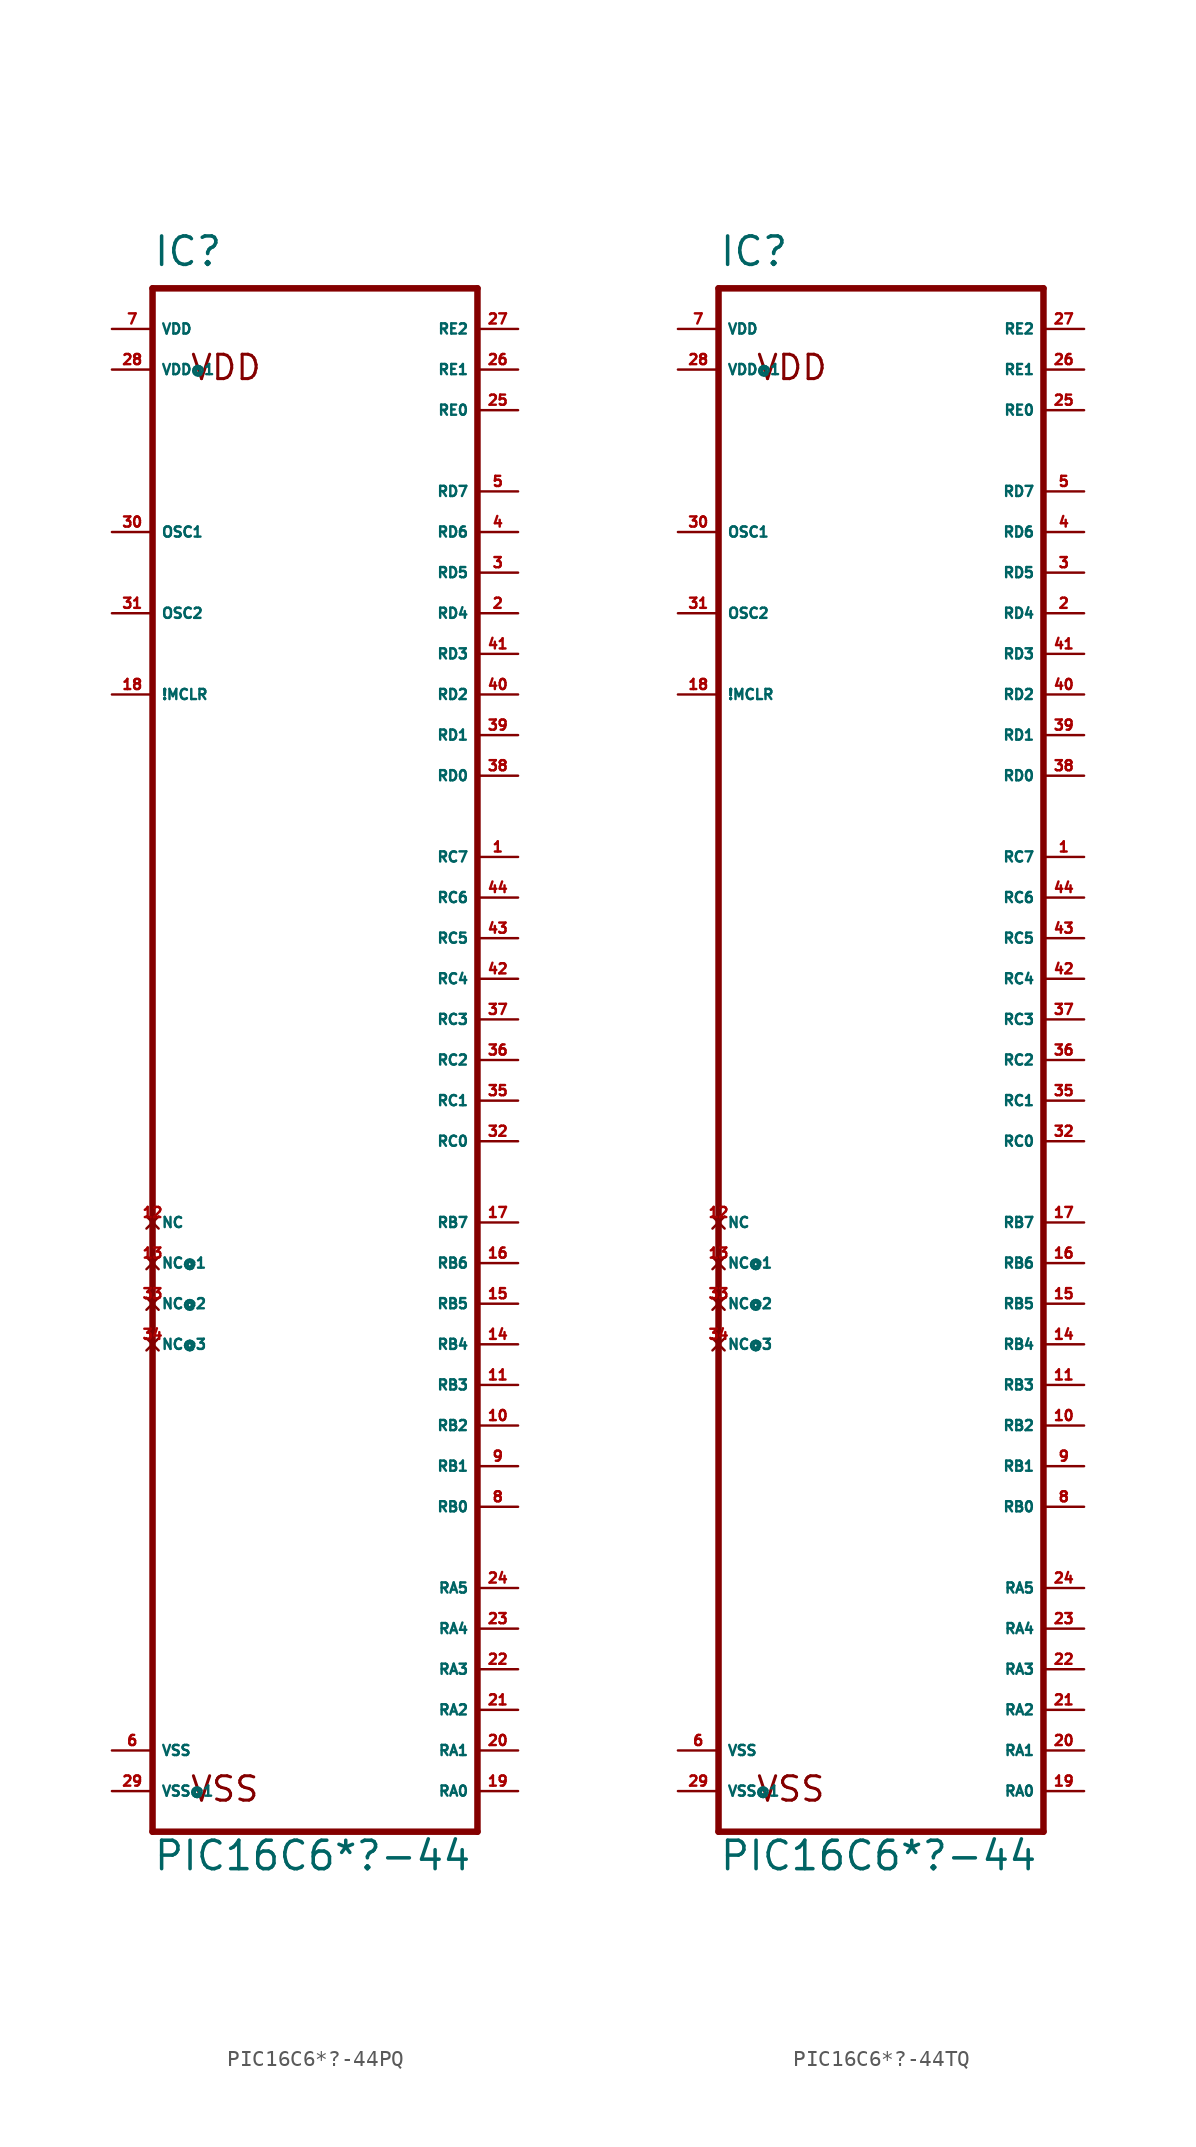
<source format=kicad_sym>
(kicad_symbol_lib
  (version 20220914)
  (generator Eagle2Kicad)
  (symbol "PIC16C6*?-44PQ"
    (property "Reference" "IC"
      (at -10.16 44.45 0)
      (effects (font (size 1.778 1.778) (thickness 0.22)) (justify left bottom)))
    (property "Value" "PIC16C6*?-44"
      (at -10.16 -55.88 0)
      (effects (font (size 1.778 1.778) (thickness 0.22)) (justify left bottom)))
    (polyline
      (pts (xy -10.16 -53.34) (xy 10.16 -53.34))
      (stroke (width 0.406) (type default))
      (fill (type none)))
    (polyline
      (pts (xy 10.16 -53.34) (xy 10.16 43.18))
      (stroke (width 0.406) (type default))
      (fill (type none)))
    (polyline
      (pts (xy 10.16 43.18) (xy -10.16 43.18))
      (stroke (width 0.406) (type default))
      (fill (type none)))
    (polyline
      (pts (xy -10.16 43.18) (xy -10.16 -53.34))
      (stroke (width 0.406) (type default))
      (fill (type none)))
    (text "VDD"
      (at -7.874 37.338 0)
      (effects (font (size 1.524 1.524) (thickness 0.19)) (justify left bottom)))
    (text "VSS"
      (at -7.874 -51.562 0)
      (effects (font (size 1.524 1.524) (thickness 0.19)) (justify left bottom)))
    (pin input line
      (at -12.7 17.78 0)
      (length 2.54)
      (name "!MCLR" (effects (font (size 0.635 0.635) (thickness 0.08)) (justify left bottom)))
      (number "18" (effects (font (size 0.635 0.635) (thickness 0.08)) (justify left bottom))))
    (pin input line
      (at -12.7 27.94 0)
      (length 2.54)
      (name "OSC1" (effects (font (size 0.635 0.635) (thickness 0.08)) (justify left bottom)))
      (number "30" (effects (font (size 0.635 0.635) (thickness 0.08)) (justify left bottom))))
    (pin bidirectional line
      (at 12.7 -50.8 180)
      (length 2.54)
      (name "RA0" (effects (font (size 0.635 0.635) (thickness 0.08)) (justify left bottom)))
      (number "19" (effects (font (size 0.635 0.635) (thickness 0.08)) (justify left bottom))))
    (pin bidirectional line
      (at 12.7 -48.26 180)
      (length 2.54)
      (name "RA1" (effects (font (size 0.635 0.635) (thickness 0.08)) (justify left bottom)))
      (number "20" (effects (font (size 0.635 0.635) (thickness 0.08)) (justify left bottom))))
    (pin bidirectional line
      (at 12.7 -45.72 180)
      (length 2.54)
      (name "RA2" (effects (font (size 0.635 0.635) (thickness 0.08)) (justify left bottom)))
      (number "21" (effects (font (size 0.635 0.635) (thickness 0.08)) (justify left bottom))))
    (pin bidirectional line
      (at 12.7 -43.18 180)
      (length 2.54)
      (name "RA3" (effects (font (size 0.635 0.635) (thickness 0.08)) (justify left bottom)))
      (number "22" (effects (font (size 0.635 0.635) (thickness 0.08)) (justify left bottom))))
    (pin bidirectional line
      (at 12.7 -30.48 180)
      (length 2.54)
      (name "RB1" (effects (font (size 0.635 0.635) (thickness 0.08)) (justify left bottom)))
      (number "9" (effects (font (size 0.635 0.635) (thickness 0.08)) (justify left bottom))))
    (pin bidirectional line
      (at 12.7 -27.94 180)
      (length 2.54)
      (name "RB2" (effects (font (size 0.635 0.635) (thickness 0.08)) (justify left bottom)))
      (number "10" (effects (font (size 0.635 0.635) (thickness 0.08)) (justify left bottom))))
    (pin bidirectional line
      (at 12.7 -25.4 180)
      (length 2.54)
      (name "RB3" (effects (font (size 0.635 0.635) (thickness 0.08)) (justify left bottom)))
      (number "11" (effects (font (size 0.635 0.635) (thickness 0.08)) (justify left bottom))))
    (pin bidirectional line
      (at 12.7 -38.1 180)
      (length 2.54)
      (name "RA5" (effects (font (size 0.635 0.635) (thickness 0.08)) (justify left bottom)))
      (number "24" (effects (font (size 0.635 0.635) (thickness 0.08)) (justify left bottom))))
    (pin bidirectional line
      (at 12.7 -22.86 180)
      (length 2.54)
      (name "RB4" (effects (font (size 0.635 0.635) (thickness 0.08)) (justify left bottom)))
      (number "14" (effects (font (size 0.635 0.635) (thickness 0.08)) (justify left bottom))))
    (pin bidirectional line
      (at 12.7 -20.32 180)
      (length 2.54)
      (name "RB5" (effects (font (size 0.635 0.635) (thickness 0.08)) (justify left bottom)))
      (number "15" (effects (font (size 0.635 0.635) (thickness 0.08)) (justify left bottom))))
    (pin bidirectional line
      (at 12.7 -17.78 180)
      (length 2.54)
      (name "RB6" (effects (font (size 0.635 0.635) (thickness 0.08)) (justify left bottom)))
      (number "16" (effects (font (size 0.635 0.635) (thickness 0.08)) (justify left bottom))))
    (pin bidirectional line
      (at 12.7 -15.24 180)
      (length 2.54)
      (name "RB7" (effects (font (size 0.635 0.635) (thickness 0.08)) (justify left bottom)))
      (number "17" (effects (font (size 0.635 0.635) (thickness 0.08)) (justify left bottom))))
    (pin bidirectional line
      (at 12.7 -10.16 180)
      (length 2.54)
      (name "RC0" (effects (font (size 0.635 0.635) (thickness 0.08)) (justify left bottom)))
      (number "32" (effects (font (size 0.635 0.635) (thickness 0.08)) (justify left bottom))))
    (pin bidirectional line
      (at 12.7 -7.62 180)
      (length 2.54)
      (name "RC1" (effects (font (size 0.635 0.635) (thickness 0.08)) (justify left bottom)))
      (number "35" (effects (font (size 0.635 0.635) (thickness 0.08)) (justify left bottom))))
    (pin bidirectional line
      (at 12.7 -5.08 180)
      (length 2.54)
      (name "RC2" (effects (font (size 0.635 0.635) (thickness 0.08)) (justify left bottom)))
      (number "36" (effects (font (size 0.635 0.635) (thickness 0.08)) (justify left bottom))))
    (pin bidirectional line
      (at 12.7 -2.54 180)
      (length 2.54)
      (name "RC3" (effects (font (size 0.635 0.635) (thickness 0.08)) (justify left bottom)))
      (number "37" (effects (font (size 0.635 0.635) (thickness 0.08)) (justify left bottom))))
    (pin bidirectional line
      (at 12.7 12.7 180)
      (length 2.54)
      (name "RD0" (effects (font (size 0.635 0.635) (thickness 0.08)) (justify left bottom)))
      (number "38" (effects (font (size 0.635 0.635) (thickness 0.08)) (justify left bottom))))
    (pin bidirectional line
      (at 12.7 15.24 180)
      (length 2.54)
      (name "RD1" (effects (font (size 0.635 0.635) (thickness 0.08)) (justify left bottom)))
      (number "39" (effects (font (size 0.635 0.635) (thickness 0.08)) (justify left bottom))))
    (pin bidirectional line
      (at 12.7 17.78 180)
      (length 2.54)
      (name "RD2" (effects (font (size 0.635 0.635) (thickness 0.08)) (justify left bottom)))
      (number "40" (effects (font (size 0.635 0.635) (thickness 0.08)) (justify left bottom))))
    (pin bidirectional line
      (at 12.7 20.32 180)
      (length 2.54)
      (name "RD3" (effects (font (size 0.635 0.635) (thickness 0.08)) (justify left bottom)))
      (number "41" (effects (font (size 0.635 0.635) (thickness 0.08)) (justify left bottom))))
    (pin bidirectional line
      (at 12.7 22.86 180)
      (length 2.54)
      (name "RD4" (effects (font (size 0.635 0.635) (thickness 0.08)) (justify left bottom)))
      (number "2" (effects (font (size 0.635 0.635) (thickness 0.08)) (justify left bottom))))
    (pin bidirectional line
      (at 12.7 25.4 180)
      (length 2.54)
      (name "RD5" (effects (font (size 0.635 0.635) (thickness 0.08)) (justify left bottom)))
      (number "3" (effects (font (size 0.635 0.635) (thickness 0.08)) (justify left bottom))))
    (pin bidirectional line
      (at 12.7 27.94 180)
      (length 2.54)
      (name "RD6" (effects (font (size 0.635 0.635) (thickness 0.08)) (justify left bottom)))
      (number "4" (effects (font (size 0.635 0.635) (thickness 0.08)) (justify left bottom))))
    (pin bidirectional line
      (at 12.7 30.48 180)
      (length 2.54)
      (name "RD7" (effects (font (size 0.635 0.635) (thickness 0.08)) (justify left bottom)))
      (number "5" (effects (font (size 0.635 0.635) (thickness 0.08)) (justify left bottom))))
    (pin bidirectional line
      (at 12.7 35.56 180)
      (length 2.54)
      (name "RE0" (effects (font (size 0.635 0.635) (thickness 0.08)) (justify left bottom)))
      (number "25" (effects (font (size 0.635 0.635) (thickness 0.08)) (justify left bottom))))
    (pin bidirectional line
      (at 12.7 38.1 180)
      (length 2.54)
      (name "RE1" (effects (font (size 0.635 0.635) (thickness 0.08)) (justify left bottom)))
      (number "26" (effects (font (size 0.635 0.635) (thickness 0.08)) (justify left bottom))))
    (pin bidirectional line
      (at 12.7 40.64 180)
      (length 2.54)
      (name "RE2" (effects (font (size 0.635 0.635) (thickness 0.08)) (justify left bottom)))
      (number "27" (effects (font (size 0.635 0.635) (thickness 0.08)) (justify left bottom))))
    (pin no_connect line
      (at -10.16 -15.24 0)
      (length 0)
      (name "NC" (effects (font (size 0.635 0.635) (thickness 0.08)) (justify left bottom) hide))
      (number "12" (effects (font (size 0.635 0.635) (thickness 0.08)) (justify left bottom) hide)))
    (pin no_connect line
      (at -10.16 -17.78 0)
      (length 0)
      (name "NC@1" (effects (font (size 0.635 0.635) (thickness 0.08)) (justify left bottom) hide))
      (number "13" (effects (font (size 0.635 0.635) (thickness 0.08)) (justify left bottom) hide)))
    (pin no_connect line
      (at -10.16 -20.32 0)
      (length 0)
      (name "NC@2" (effects (font (size 0.635 0.635) (thickness 0.08)) (justify left bottom) hide))
      (number "33" (effects (font (size 0.635 0.635) (thickness 0.08)) (justify left bottom) hide)))
    (pin no_connect line
      (at -10.16 -22.86 0)
      (length 0)
      (name "NC@3" (effects (font (size 0.635 0.635) (thickness 0.08)) (justify left bottom) hide))
      (number "34" (effects (font (size 0.635 0.635) (thickness 0.08)) (justify left bottom) hide)))
    (pin unspecified line
      (at -12.7 40.64 0)
      (length 2.54)
      (name "VDD" (effects (font (size 0.635 0.635) (thickness 0.08)) (justify left bottom)))
      (number "7" (effects (font (size 0.635 0.635) (thickness 0.08)) (justify left bottom))))
    (pin unspecified line
      (at -12.7 38.1 0)
      (length 2.54)
      (name "VDD@1" (effects (font (size 0.635 0.635) (thickness 0.08)) (justify left bottom)))
      (number "28" (effects (font (size 0.635 0.635) (thickness 0.08)) (justify left bottom))))
    (pin unspecified line
      (at -12.7 -48.26 0)
      (length 2.54)
      (name "VSS" (effects (font (size 0.635 0.635) (thickness 0.08)) (justify left bottom)))
      (number "6" (effects (font (size 0.635 0.635) (thickness 0.08)) (justify left bottom))))
    (pin unspecified line
      (at -12.7 -50.8 0)
      (length 2.54)
      (name "VSS@1" (effects (font (size 0.635 0.635) (thickness 0.08)) (justify left bottom)))
      (number "29" (effects (font (size 0.635 0.635) (thickness 0.08)) (justify left bottom))))
    (pin bidirectional line
      (at 12.7 0 180)
      (length 2.54)
      (name "RC4" (effects (font (size 0.635 0.635) (thickness 0.08)) (justify left bottom)))
      (number "42" (effects (font (size 0.635 0.635) (thickness 0.08)) (justify left bottom))))
    (pin bidirectional line
      (at 12.7 2.54 180)
      (length 2.54)
      (name "RC5" (effects (font (size 0.635 0.635) (thickness 0.08)) (justify left bottom)))
      (number "43" (effects (font (size 0.635 0.635) (thickness 0.08)) (justify left bottom))))
    (pin bidirectional line
      (at 12.7 5.08 180)
      (length 2.54)
      (name "RC6" (effects (font (size 0.635 0.635) (thickness 0.08)) (justify left bottom)))
      (number "44" (effects (font (size 0.635 0.635) (thickness 0.08)) (justify left bottom))))
    (pin bidirectional line
      (at 12.7 7.62 180)
      (length 2.54)
      (name "RC7" (effects (font (size 0.635 0.635) (thickness 0.08)) (justify left bottom)))
      (number "1" (effects (font (size 0.635 0.635) (thickness 0.08)) (justify left bottom))))
    (pin output line
      (at -12.7 22.86 0)
      (length 2.54)
      (name "OSC2" (effects (font (size 0.635 0.635) (thickness 0.08)) (justify left bottom)))
      (number "31" (effects (font (size 0.635 0.635) (thickness 0.08)) (justify left bottom))))
    (pin bidirectional line
      (at 12.7 -33.02 180)
      (length 2.54)
      (name "RB0" (effects (font (size 0.635 0.635) (thickness 0.08)) (justify left bottom)))
      (number "8" (effects (font (size 0.635 0.635) (thickness 0.08)) (justify left bottom))))
    (pin bidirectional line
      (at 12.7 -40.64 180)
      (length 2.54)
      (name "RA4" (effects (font (size 0.635 0.635) (thickness 0.08)) (justify left bottom)))
      (number "23" (effects (font (size 0.635 0.635) (thickness 0.08)) (justify left bottom)))))
  (symbol "PIC16C6*?-44TQ"
    (property "Reference" "IC"
      (at -10.16 44.45 0)
      (effects (font (size 1.778 1.778) (thickness 0.22)) (justify left bottom)))
    (property "Value" "PIC16C6*?-44"
      (at -10.16 -55.88 0)
      (effects (font (size 1.778 1.778) (thickness 0.22)) (justify left bottom)))
    (polyline
      (pts (xy -10.16 -53.34) (xy 10.16 -53.34))
      (stroke (width 0.406) (type default))
      (fill (type none)))
    (polyline
      (pts (xy 10.16 -53.34) (xy 10.16 43.18))
      (stroke (width 0.406) (type default))
      (fill (type none)))
    (polyline
      (pts (xy 10.16 43.18) (xy -10.16 43.18))
      (stroke (width 0.406) (type default))
      (fill (type none)))
    (polyline
      (pts (xy -10.16 43.18) (xy -10.16 -53.34))
      (stroke (width 0.406) (type default))
      (fill (type none)))
    (text "VDD"
      (at -7.874 37.338 0)
      (effects (font (size 1.524 1.524) (thickness 0.19)) (justify left bottom)))
    (text "VSS"
      (at -7.874 -51.562 0)
      (effects (font (size 1.524 1.524) (thickness 0.19)) (justify left bottom)))
    (pin input line
      (at -12.7 17.78 0)
      (length 2.54)
      (name "!MCLR" (effects (font (size 0.635 0.635) (thickness 0.08)) (justify left bottom)))
      (number "18" (effects (font (size 0.635 0.635) (thickness 0.08)) (justify left bottom))))
    (pin input line
      (at -12.7 27.94 0)
      (length 2.54)
      (name "OSC1" (effects (font (size 0.635 0.635) (thickness 0.08)) (justify left bottom)))
      (number "30" (effects (font (size 0.635 0.635) (thickness 0.08)) (justify left bottom))))
    (pin bidirectional line
      (at 12.7 -50.8 180)
      (length 2.54)
      (name "RA0" (effects (font (size 0.635 0.635) (thickness 0.08)) (justify left bottom)))
      (number "19" (effects (font (size 0.635 0.635) (thickness 0.08)) (justify left bottom))))
    (pin bidirectional line
      (at 12.7 -48.26 180)
      (length 2.54)
      (name "RA1" (effects (font (size 0.635 0.635) (thickness 0.08)) (justify left bottom)))
      (number "20" (effects (font (size 0.635 0.635) (thickness 0.08)) (justify left bottom))))
    (pin bidirectional line
      (at 12.7 -45.72 180)
      (length 2.54)
      (name "RA2" (effects (font (size 0.635 0.635) (thickness 0.08)) (justify left bottom)))
      (number "21" (effects (font (size 0.635 0.635) (thickness 0.08)) (justify left bottom))))
    (pin bidirectional line
      (at 12.7 -43.18 180)
      (length 2.54)
      (name "RA3" (effects (font (size 0.635 0.635) (thickness 0.08)) (justify left bottom)))
      (number "22" (effects (font (size 0.635 0.635) (thickness 0.08)) (justify left bottom))))
    (pin bidirectional line
      (at 12.7 -30.48 180)
      (length 2.54)
      (name "RB1" (effects (font (size 0.635 0.635) (thickness 0.08)) (justify left bottom)))
      (number "9" (effects (font (size 0.635 0.635) (thickness 0.08)) (justify left bottom))))
    (pin bidirectional line
      (at 12.7 -27.94 180)
      (length 2.54)
      (name "RB2" (effects (font (size 0.635 0.635) (thickness 0.08)) (justify left bottom)))
      (number "10" (effects (font (size 0.635 0.635) (thickness 0.08)) (justify left bottom))))
    (pin bidirectional line
      (at 12.7 -25.4 180)
      (length 2.54)
      (name "RB3" (effects (font (size 0.635 0.635) (thickness 0.08)) (justify left bottom)))
      (number "11" (effects (font (size 0.635 0.635) (thickness 0.08)) (justify left bottom))))
    (pin bidirectional line
      (at 12.7 -38.1 180)
      (length 2.54)
      (name "RA5" (effects (font (size 0.635 0.635) (thickness 0.08)) (justify left bottom)))
      (number "24" (effects (font (size 0.635 0.635) (thickness 0.08)) (justify left bottom))))
    (pin bidirectional line
      (at 12.7 -22.86 180)
      (length 2.54)
      (name "RB4" (effects (font (size 0.635 0.635) (thickness 0.08)) (justify left bottom)))
      (number "14" (effects (font (size 0.635 0.635) (thickness 0.08)) (justify left bottom))))
    (pin bidirectional line
      (at 12.7 -20.32 180)
      (length 2.54)
      (name "RB5" (effects (font (size 0.635 0.635) (thickness 0.08)) (justify left bottom)))
      (number "15" (effects (font (size 0.635 0.635) (thickness 0.08)) (justify left bottom))))
    (pin bidirectional line
      (at 12.7 -17.78 180)
      (length 2.54)
      (name "RB6" (effects (font (size 0.635 0.635) (thickness 0.08)) (justify left bottom)))
      (number "16" (effects (font (size 0.635 0.635) (thickness 0.08)) (justify left bottom))))
    (pin bidirectional line
      (at 12.7 -15.24 180)
      (length 2.54)
      (name "RB7" (effects (font (size 0.635 0.635) (thickness 0.08)) (justify left bottom)))
      (number "17" (effects (font (size 0.635 0.635) (thickness 0.08)) (justify left bottom))))
    (pin bidirectional line
      (at 12.7 -10.16 180)
      (length 2.54)
      (name "RC0" (effects (font (size 0.635 0.635) (thickness 0.08)) (justify left bottom)))
      (number "32" (effects (font (size 0.635 0.635) (thickness 0.08)) (justify left bottom))))
    (pin bidirectional line
      (at 12.7 -7.62 180)
      (length 2.54)
      (name "RC1" (effects (font (size 0.635 0.635) (thickness 0.08)) (justify left bottom)))
      (number "35" (effects (font (size 0.635 0.635) (thickness 0.08)) (justify left bottom))))
    (pin bidirectional line
      (at 12.7 -5.08 180)
      (length 2.54)
      (name "RC2" (effects (font (size 0.635 0.635) (thickness 0.08)) (justify left bottom)))
      (number "36" (effects (font (size 0.635 0.635) (thickness 0.08)) (justify left bottom))))
    (pin bidirectional line
      (at 12.7 -2.54 180)
      (length 2.54)
      (name "RC3" (effects (font (size 0.635 0.635) (thickness 0.08)) (justify left bottom)))
      (number "37" (effects (font (size 0.635 0.635) (thickness 0.08)) (justify left bottom))))
    (pin bidirectional line
      (at 12.7 12.7 180)
      (length 2.54)
      (name "RD0" (effects (font (size 0.635 0.635) (thickness 0.08)) (justify left bottom)))
      (number "38" (effects (font (size 0.635 0.635) (thickness 0.08)) (justify left bottom))))
    (pin bidirectional line
      (at 12.7 15.24 180)
      (length 2.54)
      (name "RD1" (effects (font (size 0.635 0.635) (thickness 0.08)) (justify left bottom)))
      (number "39" (effects (font (size 0.635 0.635) (thickness 0.08)) (justify left bottom))))
    (pin bidirectional line
      (at 12.7 17.78 180)
      (length 2.54)
      (name "RD2" (effects (font (size 0.635 0.635) (thickness 0.08)) (justify left bottom)))
      (number "40" (effects (font (size 0.635 0.635) (thickness 0.08)) (justify left bottom))))
    (pin bidirectional line
      (at 12.7 20.32 180)
      (length 2.54)
      (name "RD3" (effects (font (size 0.635 0.635) (thickness 0.08)) (justify left bottom)))
      (number "41" (effects (font (size 0.635 0.635) (thickness 0.08)) (justify left bottom))))
    (pin bidirectional line
      (at 12.7 22.86 180)
      (length 2.54)
      (name "RD4" (effects (font (size 0.635 0.635) (thickness 0.08)) (justify left bottom)))
      (number "2" (effects (font (size 0.635 0.635) (thickness 0.08)) (justify left bottom))))
    (pin bidirectional line
      (at 12.7 25.4 180)
      (length 2.54)
      (name "RD5" (effects (font (size 0.635 0.635) (thickness 0.08)) (justify left bottom)))
      (number "3" (effects (font (size 0.635 0.635) (thickness 0.08)) (justify left bottom))))
    (pin bidirectional line
      (at 12.7 27.94 180)
      (length 2.54)
      (name "RD6" (effects (font (size 0.635 0.635) (thickness 0.08)) (justify left bottom)))
      (number "4" (effects (font (size 0.635 0.635) (thickness 0.08)) (justify left bottom))))
    (pin bidirectional line
      (at 12.7 30.48 180)
      (length 2.54)
      (name "RD7" (effects (font (size 0.635 0.635) (thickness 0.08)) (justify left bottom)))
      (number "5" (effects (font (size 0.635 0.635) (thickness 0.08)) (justify left bottom))))
    (pin bidirectional line
      (at 12.7 35.56 180)
      (length 2.54)
      (name "RE0" (effects (font (size 0.635 0.635) (thickness 0.08)) (justify left bottom)))
      (number "25" (effects (font (size 0.635 0.635) (thickness 0.08)) (justify left bottom))))
    (pin bidirectional line
      (at 12.7 38.1 180)
      (length 2.54)
      (name "RE1" (effects (font (size 0.635 0.635) (thickness 0.08)) (justify left bottom)))
      (number "26" (effects (font (size 0.635 0.635) (thickness 0.08)) (justify left bottom))))
    (pin bidirectional line
      (at 12.7 40.64 180)
      (length 2.54)
      (name "RE2" (effects (font (size 0.635 0.635) (thickness 0.08)) (justify left bottom)))
      (number "27" (effects (font (size 0.635 0.635) (thickness 0.08)) (justify left bottom))))
    (pin no_connect line
      (at -10.16 -15.24 0)
      (length 0)
      (name "NC" (effects (font (size 0.635 0.635) (thickness 0.08)) (justify left bottom) hide))
      (number "12" (effects (font (size 0.635 0.635) (thickness 0.08)) (justify left bottom) hide)))
    (pin no_connect line
      (at -10.16 -17.78 0)
      (length 0)
      (name "NC@1" (effects (font (size 0.635 0.635) (thickness 0.08)) (justify left bottom) hide))
      (number "13" (effects (font (size 0.635 0.635) (thickness 0.08)) (justify left bottom) hide)))
    (pin no_connect line
      (at -10.16 -20.32 0)
      (length 0)
      (name "NC@2" (effects (font (size 0.635 0.635) (thickness 0.08)) (justify left bottom) hide))
      (number "33" (effects (font (size 0.635 0.635) (thickness 0.08)) (justify left bottom) hide)))
    (pin no_connect line
      (at -10.16 -22.86 0)
      (length 0)
      (name "NC@3" (effects (font (size 0.635 0.635) (thickness 0.08)) (justify left bottom) hide))
      (number "34" (effects (font (size 0.635 0.635) (thickness 0.08)) (justify left bottom) hide)))
    (pin unspecified line
      (at -12.7 40.64 0)
      (length 2.54)
      (name "VDD" (effects (font (size 0.635 0.635) (thickness 0.08)) (justify left bottom)))
      (number "7" (effects (font (size 0.635 0.635) (thickness 0.08)) (justify left bottom))))
    (pin unspecified line
      (at -12.7 38.1 0)
      (length 2.54)
      (name "VDD@1" (effects (font (size 0.635 0.635) (thickness 0.08)) (justify left bottom)))
      (number "28" (effects (font (size 0.635 0.635) (thickness 0.08)) (justify left bottom))))
    (pin unspecified line
      (at -12.7 -48.26 0)
      (length 2.54)
      (name "VSS" (effects (font (size 0.635 0.635) (thickness 0.08)) (justify left bottom)))
      (number "6" (effects (font (size 0.635 0.635) (thickness 0.08)) (justify left bottom))))
    (pin unspecified line
      (at -12.7 -50.8 0)
      (length 2.54)
      (name "VSS@1" (effects (font (size 0.635 0.635) (thickness 0.08)) (justify left bottom)))
      (number "29" (effects (font (size 0.635 0.635) (thickness 0.08)) (justify left bottom))))
    (pin bidirectional line
      (at 12.7 0 180)
      (length 2.54)
      (name "RC4" (effects (font (size 0.635 0.635) (thickness 0.08)) (justify left bottom)))
      (number "42" (effects (font (size 0.635 0.635) (thickness 0.08)) (justify left bottom))))
    (pin bidirectional line
      (at 12.7 2.54 180)
      (length 2.54)
      (name "RC5" (effects (font (size 0.635 0.635) (thickness 0.08)) (justify left bottom)))
      (number "43" (effects (font (size 0.635 0.635) (thickness 0.08)) (justify left bottom))))
    (pin bidirectional line
      (at 12.7 5.08 180)
      (length 2.54)
      (name "RC6" (effects (font (size 0.635 0.635) (thickness 0.08)) (justify left bottom)))
      (number "44" (effects (font (size 0.635 0.635) (thickness 0.08)) (justify left bottom))))
    (pin bidirectional line
      (at 12.7 7.62 180)
      (length 2.54)
      (name "RC7" (effects (font (size 0.635 0.635) (thickness 0.08)) (justify left bottom)))
      (number "1" (effects (font (size 0.635 0.635) (thickness 0.08)) (justify left bottom))))
    (pin output line
      (at -12.7 22.86 0)
      (length 2.54)
      (name "OSC2" (effects (font (size 0.635 0.635) (thickness 0.08)) (justify left bottom)))
      (number "31" (effects (font (size 0.635 0.635) (thickness 0.08)) (justify left bottom))))
    (pin bidirectional line
      (at 12.7 -33.02 180)
      (length 2.54)
      (name "RB0" (effects (font (size 0.635 0.635) (thickness 0.08)) (justify left bottom)))
      (number "8" (effects (font (size 0.635 0.635) (thickness 0.08)) (justify left bottom))))
    (pin bidirectional line
      (at 12.7 -40.64 180)
      (length 2.54)
      (name "RA4" (effects (font (size 0.635 0.635) (thickness 0.08)) (justify left bottom)))
      (number "23" (effects (font (size 0.635 0.635) (thickness 0.08)) (justify left bottom))))))
</source>
